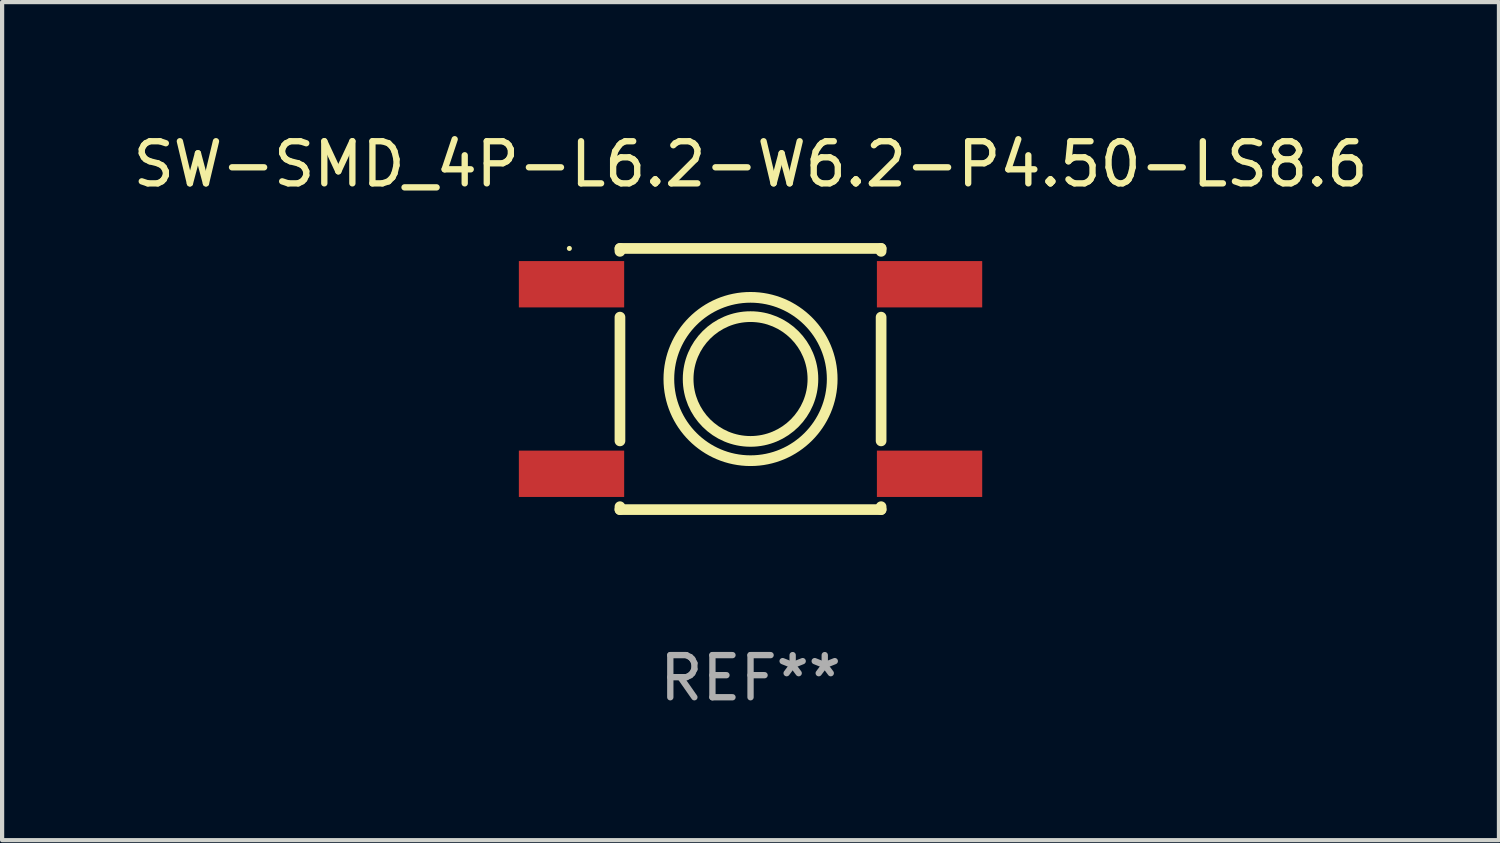
<source format=kicad_pcb>
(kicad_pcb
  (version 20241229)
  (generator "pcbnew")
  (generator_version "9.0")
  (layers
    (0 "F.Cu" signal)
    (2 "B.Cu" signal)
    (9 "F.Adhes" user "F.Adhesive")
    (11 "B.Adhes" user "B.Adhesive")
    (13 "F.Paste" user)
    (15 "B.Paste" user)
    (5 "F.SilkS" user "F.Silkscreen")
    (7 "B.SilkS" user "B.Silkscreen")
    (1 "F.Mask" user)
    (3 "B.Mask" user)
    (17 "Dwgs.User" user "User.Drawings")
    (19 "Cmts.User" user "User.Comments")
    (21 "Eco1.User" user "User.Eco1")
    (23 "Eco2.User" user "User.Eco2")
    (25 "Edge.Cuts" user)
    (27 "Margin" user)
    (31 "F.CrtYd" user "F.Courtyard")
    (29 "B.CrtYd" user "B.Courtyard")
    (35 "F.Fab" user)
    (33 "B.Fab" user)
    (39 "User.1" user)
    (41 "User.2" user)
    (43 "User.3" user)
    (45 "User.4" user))
  (footprint "SW-SMD_4P-L6.2-W6.2-P4.50-LS8.6"
    (layer "F.Cu")
    (at 14.768 5.948)
    (property "Reference" "SW-SMD_4P-L6.2-W6.2-P4.50-LS8.6" (at 0 -5.1 0) (layer "F.SilkS") (effects (font (size 1 1) (thickness 0.15))))
    (attr smd)
    (fp_line (start -3.1 -3.1) (end -3.1 -3.031) (stroke (width 0.254) (type solid)) (layer "F.SilkS"))
    (fp_line (start -3.1 -3.1) (end 3.1 -3.1) (stroke (width 0.254) (type solid)) (layer "F.SilkS"))
    (fp_line (start -3.1 -1.469) (end -3.1 1.469) (stroke (width 0.254) (type solid)) (layer "F.SilkS"))
    (fp_line (start -3.1 3.031) (end -3.1 3.1) (stroke (width 0.254) (type solid)) (layer "F.SilkS"))
    (fp_line (start -3.1 3.1) (end 3.1 3.1) (stroke (width 0.254) (type solid)) (layer "F.SilkS"))
    (fp_line (start 3.1 -3.1) (end 3.1 -3.031) (stroke (width 0.254) (type solid)) (layer "F.SilkS"))
    (fp_line (start 3.1 -1.469) (end 3.1 1.469) (stroke (width 0.254) (type solid)) (layer "F.SilkS"))
    (fp_line (start 3.1 3.031) (end 3.1 3.1) (stroke (width 0.254) (type solid)) (layer "F.SilkS"))
    (fp_circle (center -4.301 -3.1) (end -4.271 -3.1) (stroke (width 0.06) (type solid)) (fill no) (layer "F.SilkS"))
    (fp_circle (center 0 0) (end 1.481 0) (stroke (width 0.254) (type solid)) (fill no) (layer "F.SilkS"))
    (fp_circle (center 0 0) (end 1.939 0) (stroke (width 0.254) (type solid)) (fill no) (layer "F.SilkS"))
    (fp_text user "REF**" (at 0 7.1 0) (layer "F.Fab") (effects (font (size 1 1) (thickness 0.15))))
    (pad "1" smd rect (at -4.25 -2.25) (size 2.5 1.1) (layers "F.Cu" "F.Mask" "F.Paste"))
    (pad "2" smd rect (at 4.25 -2.25) (size 2.5 1.1) (layers "F.Cu" "F.Mask" "F.Paste"))
    (pad "3" smd rect (at -4.25 2.25) (size 2.5 1.1) (layers "F.Cu" "F.Mask" "F.Paste"))
    (pad "4" smd rect (at 4.25 2.25) (size 2.5 1.1) (layers "F.Cu" "F.Mask" "F.Paste")))
  (gr_rect
    (start -3 -3)
    (end 32.536 16.896)
    (stroke (width 0.1) (type default))
    (fill no)
    (layer "Edge.Cuts")))
</source>
